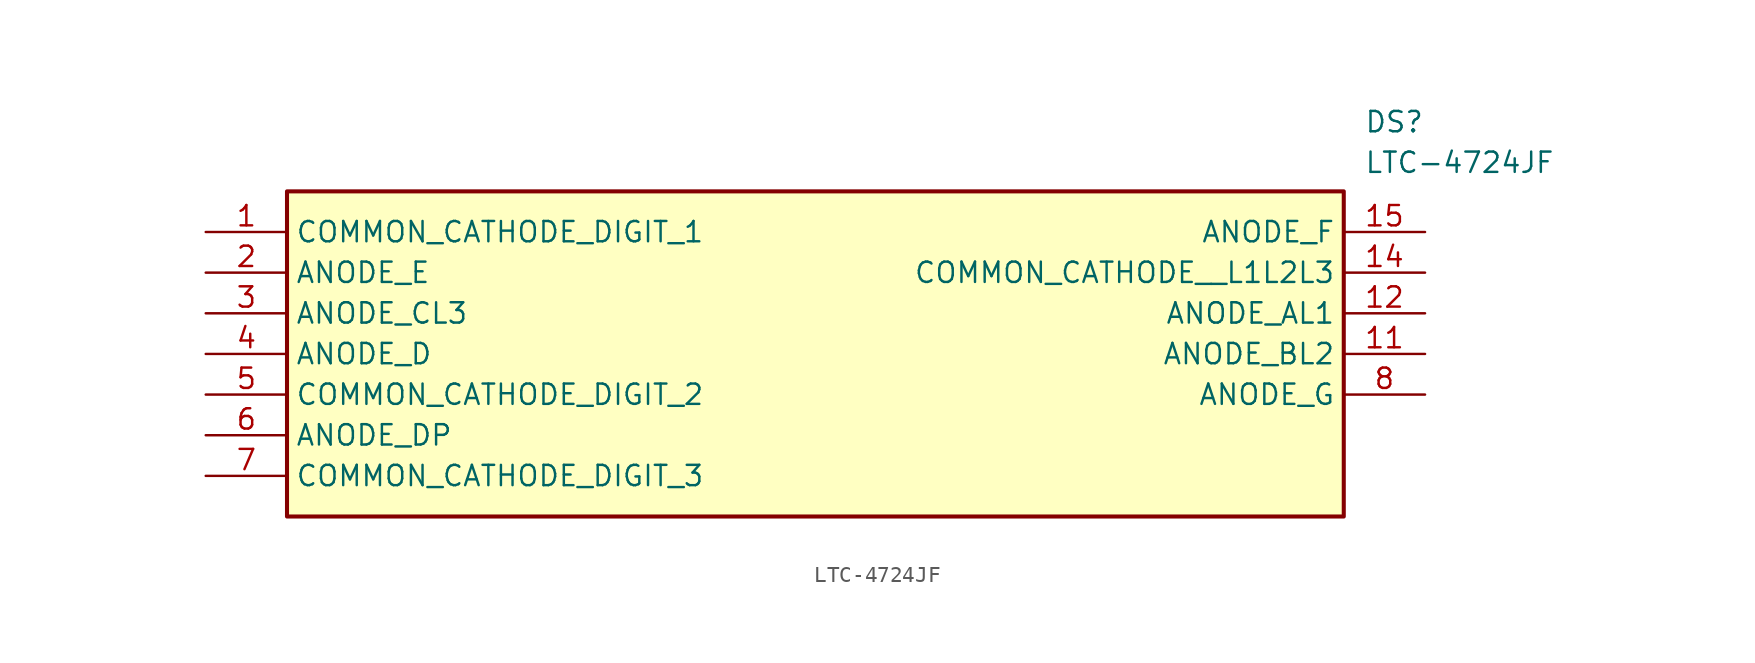
<source format=kicad_sym>
(kicad_symbol_lib
  (version 20211014)
  (generator SamacSys_ECAD_Model)
  (symbol "LTC-4724JF"
    (property "Reference" "DS"
      (at 72.39 7.62 0)
      (effects (font (size 1.27 1.27)) (justify left top)))
    (property "Value" "LTC-4724JF"
      (at 72.39 5.08 0)
      (effects (font (size 1.27 1.27)) (justify left top)))
    (rectangle
      (start 5.08 2.54)
      (end 71.12 -17.78)
      (stroke (width 0.254) (type default))
      (fill (type background)))
    (pin passive line
      (at 0 0 0)
      (length 5.08)
      (name "COMMON_CATHODE_DIGIT_1" (effects (font (size 1.27 1.27))))
      (number "1" (effects (font (size 1.27 1.27)))))
    (pin passive line
      (at 0 -2.54 0)
      (length 5.08)
      (name "ANODE_E" (effects (font (size 1.27 1.27))))
      (number "2" (effects (font (size 1.27 1.27)))))
    (pin passive line
      (at 0 -5.08 0)
      (length 5.08)
      (name "ANODE_CL3" (effects (font (size 1.27 1.27))))
      (number "3" (effects (font (size 1.27 1.27)))))
    (pin passive line
      (at 0 -7.62 0)
      (length 5.08)
      (name "ANODE_D" (effects (font (size 1.27 1.27))))
      (number "4" (effects (font (size 1.27 1.27)))))
    (pin passive line
      (at 0 -10.16 0)
      (length 5.08)
      (name "COMMON_CATHODE_DIGIT_2" (effects (font (size 1.27 1.27))))
      (number "5" (effects (font (size 1.27 1.27)))))
    (pin passive line
      (at 0 -12.7 0)
      (length 5.08)
      (name "ANODE_DP" (effects (font (size 1.27 1.27))))
      (number "6" (effects (font (size 1.27 1.27)))))
    (pin passive line
      (at 0 -15.24 0)
      (length 5.08)
      (name "COMMON_CATHODE_DIGIT_3" (effects (font (size 1.27 1.27))))
      (number "7" (effects (font (size 1.27 1.27)))))
    (pin passive line
      (at 76.2 -10.16 180)
      (length 5.08)
      (name "ANODE_G" (effects (font (size 1.27 1.27))))
      (number "8" (effects (font (size 1.27 1.27)))))
    (pin passive line
      (at 76.2 -7.62 180)
      (length 5.08)
      (name "ANODE_BL2" (effects (font (size 1.27 1.27))))
      (number "11" (effects (font (size 1.27 1.27)))))
    (pin passive line
      (at 76.2 -5.08 180)
      (length 5.08)
      (name "ANODE_AL1" (effects (font (size 1.27 1.27))))
      (number "12" (effects (font (size 1.27 1.27)))))
    (pin passive line
      (at 76.2 -2.54 180)
      (length 5.08)
      (name "COMMON_CATHODE__L1L2L3" (effects (font (size 1.27 1.27))))
      (number "14" (effects (font (size 1.27 1.27)))))
    (pin passive line
      (at 76.2 0 180)
      (length 5.08)
      (name "ANODE_F" (effects (font (size 1.27 1.27))))
      (number "15" (effects (font (size 1.27 1.27)))))))
</source>
